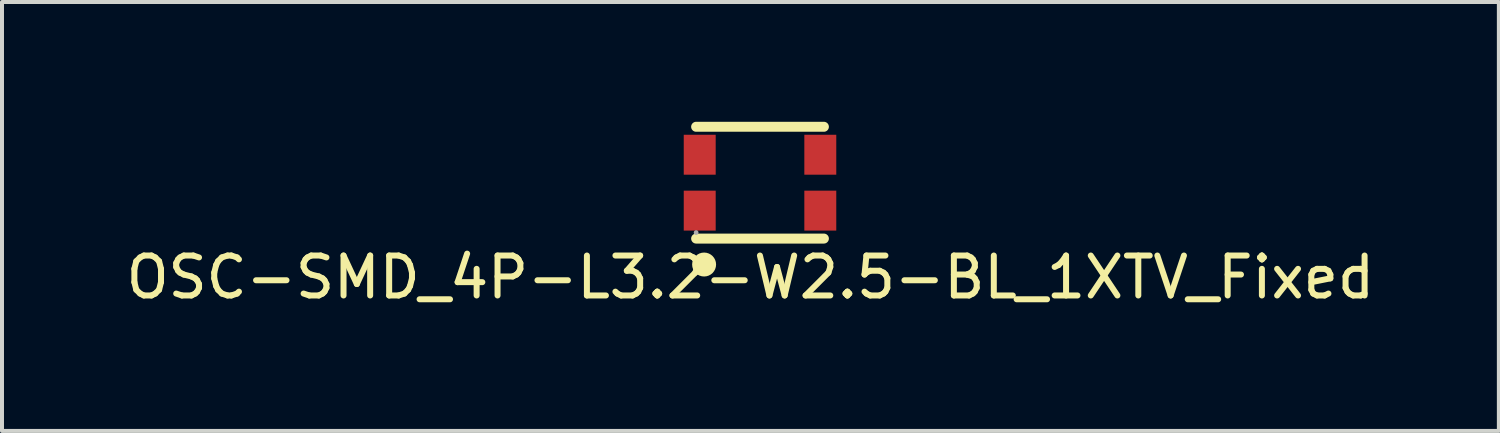
<source format=kicad_pcb>
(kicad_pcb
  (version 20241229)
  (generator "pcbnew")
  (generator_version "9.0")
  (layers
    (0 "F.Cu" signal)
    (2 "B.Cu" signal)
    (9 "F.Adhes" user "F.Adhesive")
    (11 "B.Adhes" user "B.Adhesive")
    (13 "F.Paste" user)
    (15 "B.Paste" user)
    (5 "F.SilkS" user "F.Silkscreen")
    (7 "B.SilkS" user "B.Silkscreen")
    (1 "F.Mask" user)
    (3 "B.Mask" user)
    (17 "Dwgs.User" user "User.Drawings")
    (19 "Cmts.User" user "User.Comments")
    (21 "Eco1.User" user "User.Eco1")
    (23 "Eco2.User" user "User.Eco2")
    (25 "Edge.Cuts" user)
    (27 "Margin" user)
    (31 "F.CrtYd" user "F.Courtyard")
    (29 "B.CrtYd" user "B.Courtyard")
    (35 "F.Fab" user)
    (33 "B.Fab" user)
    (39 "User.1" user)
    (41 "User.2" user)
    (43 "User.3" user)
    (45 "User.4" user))
  (footprint "OSC-SMD_4P-L3.2-W2.5-BL_1XTV_Fixed"
    (layer "F.Cu")
    (at 15.984 1.525)
    (property "Reference" "OSC-SMD_4P-L3.2-W2.5-BL_1XTV_Fixed" (at -0.24 2.37 0) (layer "F.SilkS") (effects (font (size 1 1) (thickness 0.15))))
    (attr smd)
    (fp_line (start -1.6 -1.4) (end 1.6 -1.4) (stroke (width 0.25) (type solid)) (layer "F.SilkS"))
    (fp_line (start -1.6 1.4) (end 1.6 1.4) (stroke (width 0.25) (type solid)) (layer "F.SilkS"))
    (fp_arc (start -1.4 2.05) (mid -1.4 2.05) (end -1.4 2.05) (stroke (width 0.3) (type solid)) (layer "F.SilkS"))
    (fp_circle (center -1.6 1.25) (end -1.57 1.25) (stroke (width 0.06) (type solid)) (fill no) (layer "F.Fab"))
    (pad "1" smd rect (at -1.51 0.7 180) (size 0.8 1) (layers "F.Cu" "F.Mask" "F.Paste"))
    (pad "2" smd rect (at 1.51 0.7 180) (size 0.8 1) (layers "F.Cu" "F.Mask" "F.Paste"))
    (pad "3" smd rect (at 1.51 -0.7 180) (size 0.8 1) (layers "F.Cu" "F.Mask" "F.Paste"))
    (pad "4" smd rect (at -1.51 -0.7 180) (size 0.8 1) (layers "F.Cu" "F.Mask" "F.Paste")))
  (gr_rect
    (start -3 -3)
    (end 34.488 7.743)
    (stroke (width 0.1) (type default))
    (fill no)
    (layer "Edge.Cuts")))
</source>
